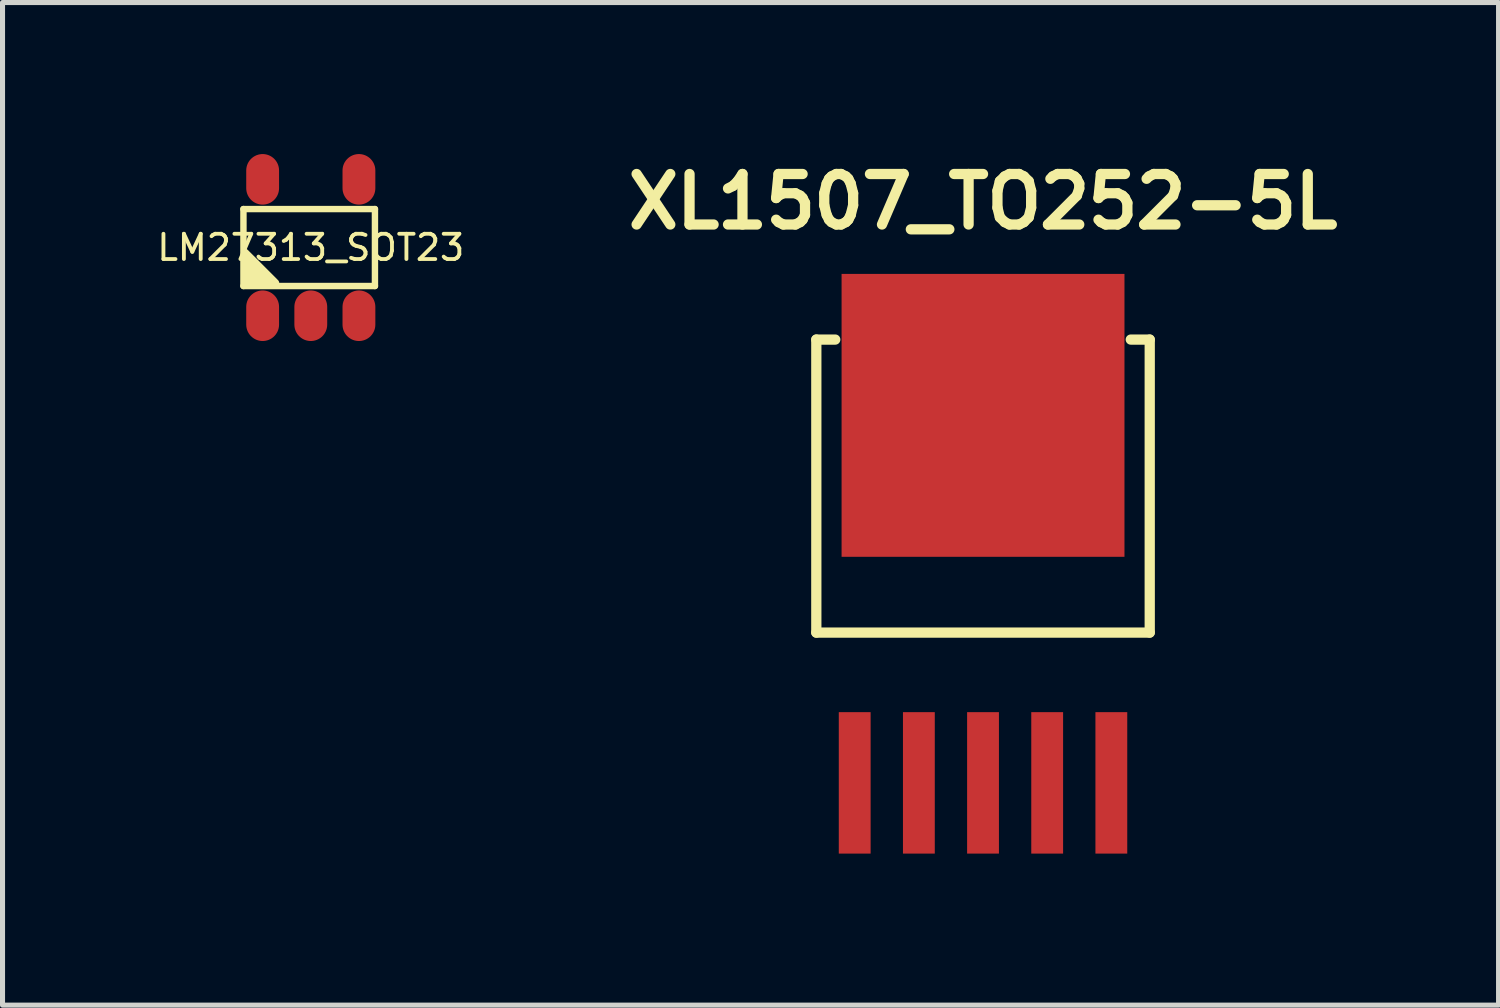
<source format=kicad_pcb>
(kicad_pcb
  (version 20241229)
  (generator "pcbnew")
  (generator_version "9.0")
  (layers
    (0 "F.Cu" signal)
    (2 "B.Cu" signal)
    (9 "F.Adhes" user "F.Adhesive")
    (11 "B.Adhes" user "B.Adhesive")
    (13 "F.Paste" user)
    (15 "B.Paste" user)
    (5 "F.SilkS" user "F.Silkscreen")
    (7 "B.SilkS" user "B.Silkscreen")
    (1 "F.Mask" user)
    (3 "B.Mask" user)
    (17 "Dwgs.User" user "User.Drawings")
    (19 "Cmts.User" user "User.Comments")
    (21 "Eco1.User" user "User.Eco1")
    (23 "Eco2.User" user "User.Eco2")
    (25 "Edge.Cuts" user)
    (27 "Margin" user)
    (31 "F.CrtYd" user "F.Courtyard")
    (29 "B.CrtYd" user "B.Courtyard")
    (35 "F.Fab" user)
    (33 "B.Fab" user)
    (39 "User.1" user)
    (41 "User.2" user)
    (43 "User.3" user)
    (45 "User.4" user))
  (footprint "LM27313_SOT23"
    (layer "F.Cu")
    (at 3.102 1.85)
    (property "Reference" "LM27313_SOT23" (at 0 0 0) (layer "F.SilkS") (effects (font (size 0.5 0.5) (thickness 0.076))))
    (attr through_hole)
    (fp_line (start -1.333 -0.762) (end 1.27 -0.762) (stroke (width 0.127) (type solid)) (layer "F.SilkS"))
    (fp_line (start -1.333 0.762) (end -1.333 -0.762) (stroke (width 0.127) (type solid)) (layer "F.SilkS"))
    (fp_line (start -1.3 0.1) (end -0.7 0.7) (stroke (width 0.15) (type solid)) (layer "F.SilkS"))
    (fp_line (start -1.3 0.2) (end -0.8 0.7) (stroke (width 0.15) (type solid)) (layer "F.SilkS"))
    (fp_line (start -1.3 0.35) (end -0.95 0.7) (stroke (width 0.15) (type solid)) (layer "F.SilkS"))
    (fp_line (start -1.3 0.5) (end -1.1 0.7) (stroke (width 0.15) (type solid)) (layer "F.SilkS"))
    (fp_line (start -1.3 0.6) (end -1.2 0.7) (stroke (width 0.15) (type solid)) (layer "F.SilkS"))
    (fp_line (start 1.27 -0.762) (end 1.27 0.762) (stroke (width 0.127) (type solid)) (layer "F.SilkS"))
    (fp_line (start 1.27 0.762) (end -1.333 0.762) (stroke (width 0.127) (type solid)) (layer "F.SilkS"))
    (pad "1" smd oval (at -0.953 1.35) (size 0.65 1.001) (layers "F.Cu" "F.Mask" "F.Paste"))
    (pad "2" smd oval (at 0 1.35) (size 0.65 1.001) (layers "F.Cu" "F.Mask" "F.Paste"))
    (pad "3" smd oval (at 0.953 1.35) (size 0.65 1.001) (layers "F.Cu" "F.Mask" "F.Paste"))
    (pad "4" smd oval (at 0.953 -1.35) (size 0.65 1.001) (layers "F.Cu" "F.Mask" "F.Paste"))
    (pad "5" smd oval (at -0.953 -1.35) (size 0.65 1.001) (layers "F.Cu" "F.Mask" "F.Paste")))
  (footprint "XL1507_TO252-5L"
    (layer "F.Cu")
    (at 16.409 12.372)
    (property "Reference" "XL1507_TO252-5L" (at 0 -11.43 0) (layer "F.SilkS") (effects (font (size 1 1) (thickness 0.203))))
    (attr through_hole)
    (fp_line (start -3.3 -8.7) (end -3.3 -2.9) (stroke (width 0.203) (type solid)) (layer "F.SilkS"))
    (fp_line (start -3.3 -2.9) (end 3.3 -2.9) (stroke (width 0.203) (type solid)) (layer "F.SilkS"))
    (fp_line (start -2.925 -8.7) (end -3.3 -8.7) (stroke (width 0.203) (type solid)) (layer "F.SilkS"))
    (fp_line (start 3.3 -8.7) (end 2.925 -8.7) (stroke (width 0.203) (type solid)) (layer "F.SilkS"))
    (fp_line (start 3.3 -2.9) (end 3.3 -8.7) (stroke (width 0.203) (type solid)) (layer "F.SilkS"))
    (pad "0" smd rect (at 0 -7.2) (size 5.6 5.6) (layers "F.Cu" "F.Mask" "F.Paste"))
    (pad "1" smd rect (at -2.54 0.075) (size 0.63 2.8) (layers "F.Cu" "F.Mask" "F.Paste"))
    (pad "2" smd rect (at -1.27 0.075) (size 0.63 2.8) (layers "F.Cu" "F.Mask" "F.Paste"))
    (pad "3" smd rect (at 0 0.075) (size 0.63 2.8) (layers "F.Cu" "F.Mask" "F.Paste"))
    (pad "4" smd rect (at 1.27 0.075) (size 0.63 2.8) (layers "F.Cu" "F.Mask" "F.Paste"))
    (pad "5" smd rect (at 2.54 0.075) (size 0.63 2.8) (layers "F.Cu" "F.Mask" "F.Paste")))
  (gr_rect
    (start -3 -3)
    (end 26.614 16.847)
    (stroke (width 0.1) (type default))
    (fill no)
    (layer "Edge.Cuts")))
</source>
